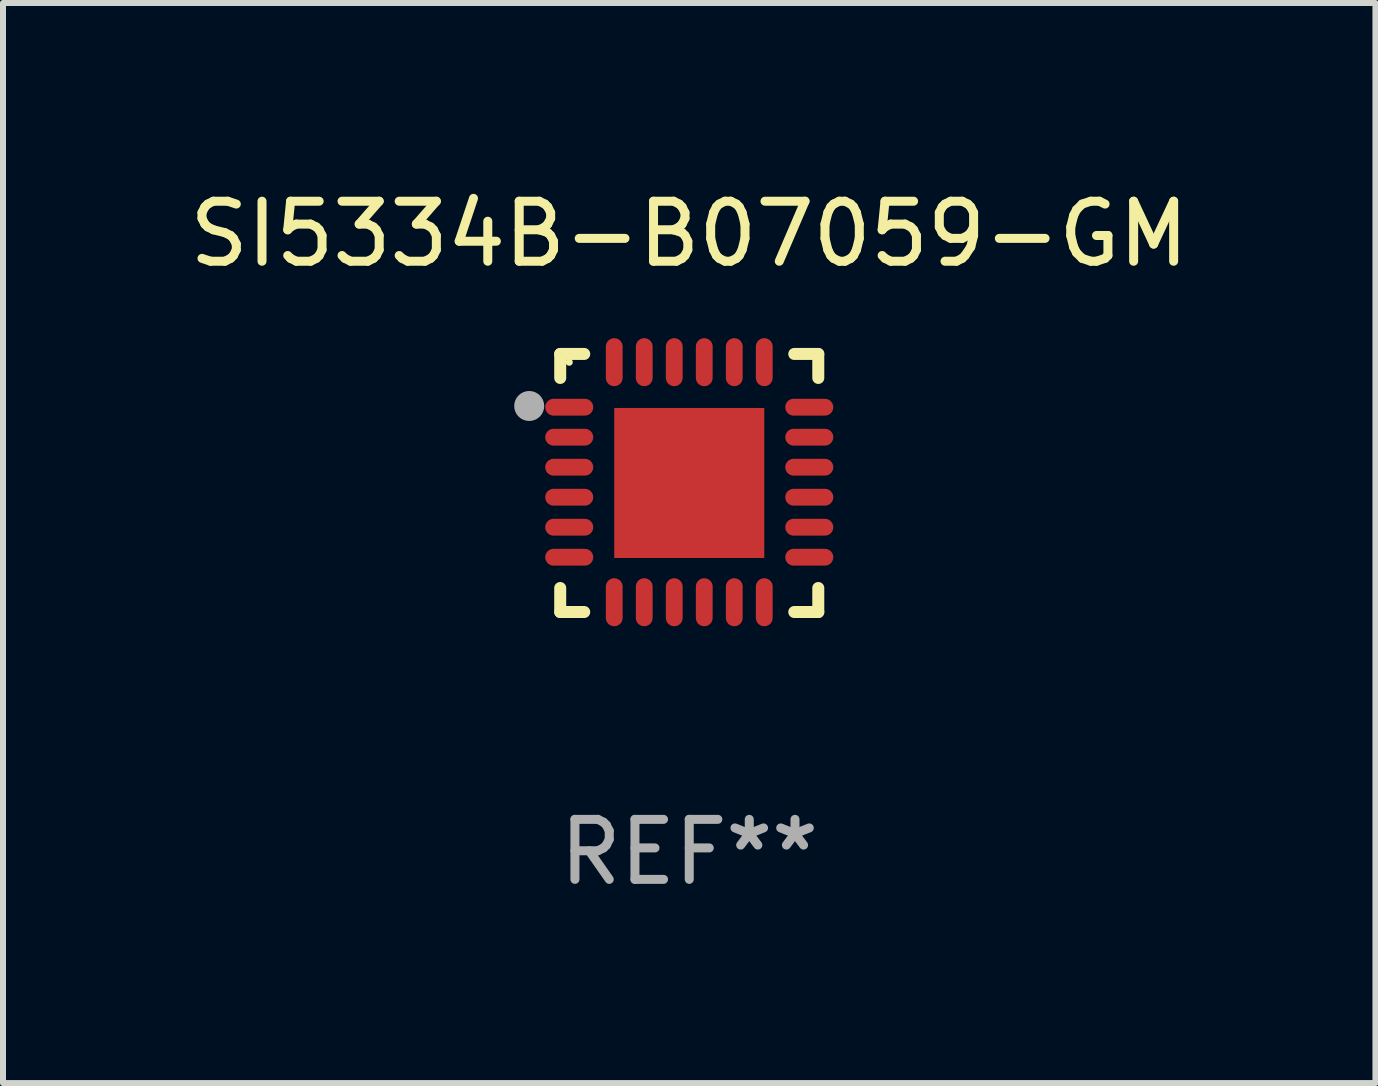
<source format=kicad_pcb>
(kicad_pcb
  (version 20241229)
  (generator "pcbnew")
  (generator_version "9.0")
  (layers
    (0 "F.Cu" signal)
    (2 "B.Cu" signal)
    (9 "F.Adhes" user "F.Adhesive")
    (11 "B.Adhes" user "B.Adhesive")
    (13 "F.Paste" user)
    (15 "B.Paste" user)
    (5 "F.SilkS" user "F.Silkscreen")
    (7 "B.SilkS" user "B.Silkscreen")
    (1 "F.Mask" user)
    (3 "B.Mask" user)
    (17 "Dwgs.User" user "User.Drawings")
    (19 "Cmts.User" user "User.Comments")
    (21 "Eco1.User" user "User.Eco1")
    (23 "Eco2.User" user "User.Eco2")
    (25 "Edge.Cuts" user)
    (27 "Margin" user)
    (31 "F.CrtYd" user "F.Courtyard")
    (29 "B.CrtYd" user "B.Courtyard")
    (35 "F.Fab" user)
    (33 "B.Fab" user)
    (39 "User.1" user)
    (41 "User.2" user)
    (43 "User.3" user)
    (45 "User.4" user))
  (footprint "SI5334B-B07059-GM"
    (layer "F.Cu")
    (at 8.435 4.998)
    (property "Reference" "SI5334B-B07059-GM" (at 0 -4.15 0) (layer "F.SilkS") (effects (font (size 1 1) (thickness 0.15))))
    (attr through_hole)
    (fp_line (start -2.15 -2.15) (end -1.75 -2.15) (stroke (width 0.2) (type solid)) (layer "F.SilkS"))
    (fp_line (start -2.15 -1.75) (end -2.15 -2.15) (stroke (width 0.2) (type solid)) (layer "F.SilkS"))
    (fp_line (start -2.15 2.15) (end -2.15 1.75) (stroke (width 0.2) (type solid)) (layer "F.SilkS"))
    (fp_line (start -1.75 2.15) (end -2.15 2.15) (stroke (width 0.2) (type solid)) (layer "F.SilkS"))
    (fp_line (start 1.75 -2.15) (end 2.15 -2.15) (stroke (width 0.2) (type solid)) (layer "F.SilkS"))
    (fp_line (start 1.75 2.15) (end 2.15 2.15) (stroke (width 0.2) (type solid)) (layer "F.SilkS"))
    (fp_line (start 2.15 -2.15) (end 2.15 -1.75) (stroke (width 0.2) (type solid)) (layer "F.SilkS"))
    (fp_line (start 2.15 2.15) (end 2.15 1.75) (stroke (width 0.2) (type solid)) (layer "F.SilkS"))
    (fp_circle (center -2 -2.013) (end -1.97 -2.013) (stroke (width 0.06) (type solid)) (fill no) (layer "F.SilkS"))
    (fp_circle (center -2.667 -1.283) (end -2.542 -1.283) (stroke (width 0.25) (type solid)) (fill no) (layer "F.Fab"))
    (fp_text user "REF**" (at 0 6.15 0) (layer "F.Fab") (effects (font (size 1 1) (thickness 0.15))))
    (pad "1" smd oval (at -2 -1.263) (size 0.8 0.28) (layers "F.Cu" "F.Mask" "F.Paste"))
    (pad "2" smd oval (at -2 -0.763) (size 0.8 0.28) (layers "F.Cu" "F.Mask" "F.Paste"))
    (pad "3" smd oval (at -2 -0.263) (size 0.8 0.28) (layers "F.Cu" "F.Mask" "F.Paste"))
    (pad "4" smd oval (at -2 0.237) (size 0.8 0.28) (layers "F.Cu" "F.Mask" "F.Paste"))
    (pad "5" smd oval (at -2 0.737) (size 0.8 0.28) (layers "F.Cu" "F.Mask" "F.Paste"))
    (pad "6" smd oval (at -2 1.237) (size 0.8 0.28) (layers "F.Cu" "F.Mask" "F.Paste"))
    (pad "7" smd oval (at -1.25 1.987) (size 0.28 0.8) (layers "F.Cu" "F.Mask" "F.Paste"))
    (pad "8" smd oval (at -0.75 1.987) (size 0.28 0.8) (layers "F.Cu" "F.Mask" "F.Paste"))
    (pad "9" smd oval (at -0.25 1.987) (size 0.28 0.8) (layers "F.Cu" "F.Mask" "F.Paste"))
    (pad "10" smd oval (at 0.25 1.987) (size 0.28 0.8) (layers "F.Cu" "F.Mask" "F.Paste"))
    (pad "11" smd oval (at 0.75 1.987) (size 0.28 0.8) (layers "F.Cu" "F.Mask" "F.Paste"))
    (pad "12" smd oval (at 1.25 1.987) (size 0.28 0.8) (layers "F.Cu" "F.Mask" "F.Paste"))
    (pad "13" smd oval (at 2 1.237) (size 0.8 0.28) (layers "F.Cu" "F.Mask" "F.Paste"))
    (pad "14" smd oval (at 2 0.737) (size 0.8 0.28) (layers "F.Cu" "F.Mask" "F.Paste"))
    (pad "15" smd oval (at 2 0.237) (size 0.8 0.28) (layers "F.Cu" "F.Mask" "F.Paste"))
    (pad "16" smd oval (at 2 -0.263) (size 0.8 0.28) (layers "F.Cu" "F.Mask" "F.Paste"))
    (pad "17" smd oval (at 2 -0.763) (size 0.8 0.28) (layers "F.Cu" "F.Mask" "F.Paste"))
    (pad "18" smd oval (at 2 -1.263) (size 0.8 0.28) (layers "F.Cu" "F.Mask" "F.Paste"))
    (pad "19" smd oval (at 1.25 -2.013) (size 0.28 0.8) (layers "F.Cu" "F.Mask" "F.Paste"))
    (pad "20" smd oval (at 0.75 -2.013) (size 0.28 0.8) (layers "F.Cu" "F.Mask" "F.Paste"))
    (pad "21" smd oval (at 0.25 -2.013) (size 0.28 0.8) (layers "F.Cu" "F.Mask" "F.Paste"))
    (pad "22" smd oval (at -0.25 -2.013) (size 0.28 0.8) (layers "F.Cu" "F.Mask" "F.Paste"))
    (pad "23" smd oval (at -0.75 -2.013) (size 0.28 0.8) (layers "F.Cu" "F.Mask" "F.Paste"))
    (pad "24" smd oval (at -1.25 -2.013) (size 0.28 0.8) (layers "F.Cu" "F.Mask" "F.Paste"))
    (pad "25" smd rect (at -0.000127 -0.00014) (size 2.5 2.5) (layers "F.Cu" "F.Mask" "F.Paste")))
  (gr_rect
    (start -3 -3)
    (end 19.869 14.997)
    (stroke (width 0.1) (type default))
    (fill no)
    (layer "Edge.Cuts")))
</source>
